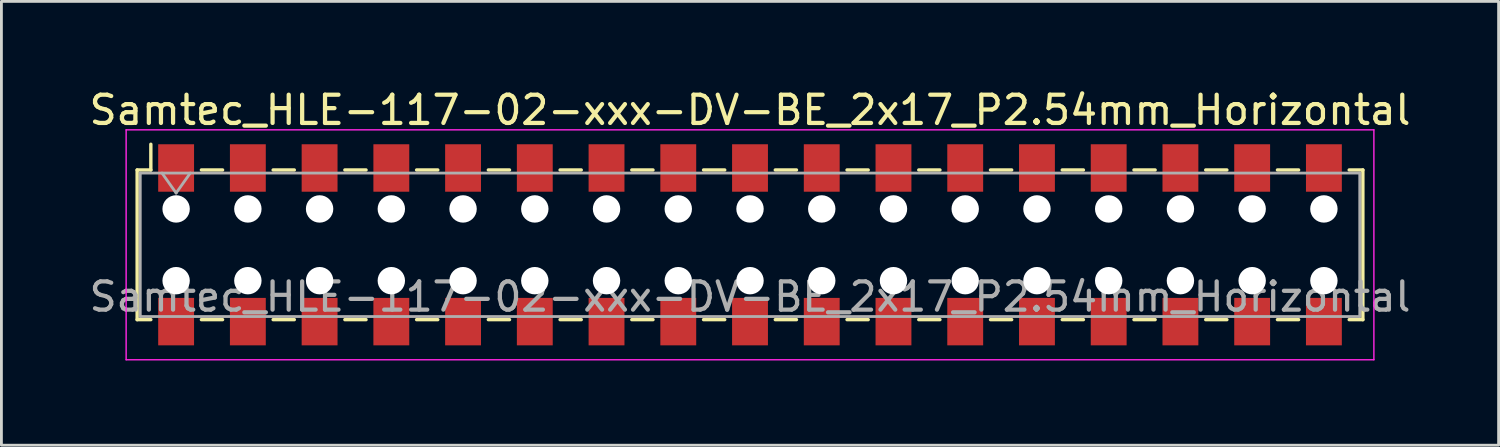
<source format=kicad_pcb>
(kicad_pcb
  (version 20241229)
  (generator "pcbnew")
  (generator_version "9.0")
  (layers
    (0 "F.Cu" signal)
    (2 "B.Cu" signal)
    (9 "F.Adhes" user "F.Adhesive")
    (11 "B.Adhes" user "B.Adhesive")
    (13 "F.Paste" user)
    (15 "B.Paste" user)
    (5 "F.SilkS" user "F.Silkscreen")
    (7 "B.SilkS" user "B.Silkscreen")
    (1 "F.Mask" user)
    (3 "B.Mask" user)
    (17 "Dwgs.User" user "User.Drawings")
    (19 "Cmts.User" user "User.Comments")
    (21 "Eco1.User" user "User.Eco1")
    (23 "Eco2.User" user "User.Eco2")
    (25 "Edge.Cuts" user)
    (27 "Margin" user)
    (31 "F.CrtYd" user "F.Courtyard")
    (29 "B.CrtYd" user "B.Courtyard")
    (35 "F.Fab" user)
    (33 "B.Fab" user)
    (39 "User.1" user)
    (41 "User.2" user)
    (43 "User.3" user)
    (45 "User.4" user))
  (footprint "Samtec_HLE-117-02-xxx-DV-BE_2x17_P2.54mm_Horizontal"
    (layer "F.Cu")
    (at 23.506 5.618)
    (property "Reference" "Samtec_HLE-117-02-xxx-DV-BE_2x17_P2.54mm_Horizontal" (at 0 -4.77 0) (layer "F.SilkS") (effects (font (size 1 1) (thickness 0.15))))
    (attr smd)
    (fp_line (start -21.7 -2.65) (end -21.7 2.65) (stroke (width 0.12) (type solid)) (layer "F.SilkS"))
    (fp_line (start -21.7 2.65) (end -21.215 2.65) (stroke (width 0.12) (type solid)) (layer "F.SilkS"))
    (fp_line (start -21.215 -3.56) (end -21.215 -2.65) (stroke (width 0.12) (type solid)) (layer "F.SilkS"))
    (fp_line (start -21.215 -2.65) (end -21.7 -2.65) (stroke (width 0.12) (type solid)) (layer "F.SilkS"))
    (fp_line (start -19.425 -2.65) (end -18.675 -2.65) (stroke (width 0.12) (type solid)) (layer "F.SilkS"))
    (fp_line (start -19.425 2.65) (end -18.675 2.65) (stroke (width 0.12) (type solid)) (layer "F.SilkS"))
    (fp_line (start -16.885 -2.65) (end -16.135 -2.65) (stroke (width 0.12) (type solid)) (layer "F.SilkS"))
    (fp_line (start -16.885 2.65) (end -16.135 2.65) (stroke (width 0.12) (type solid)) (layer "F.SilkS"))
    (fp_line (start -14.345 -2.65) (end -13.595 -2.65) (stroke (width 0.12) (type solid)) (layer "F.SilkS"))
    (fp_line (start -14.345 2.65) (end -13.595 2.65) (stroke (width 0.12) (type solid)) (layer "F.SilkS"))
    (fp_line (start -11.805 -2.65) (end -11.055 -2.65) (stroke (width 0.12) (type solid)) (layer "F.SilkS"))
    (fp_line (start -11.805 2.65) (end -11.055 2.65) (stroke (width 0.12) (type solid)) (layer "F.SilkS"))
    (fp_line (start -9.265 -2.65) (end -8.515 -2.65) (stroke (width 0.12) (type solid)) (layer "F.SilkS"))
    (fp_line (start -9.265 2.65) (end -8.515 2.65) (stroke (width 0.12) (type solid)) (layer "F.SilkS"))
    (fp_line (start -6.725 -2.65) (end -5.975 -2.65) (stroke (width 0.12) (type solid)) (layer "F.SilkS"))
    (fp_line (start -6.725 2.65) (end -5.975 2.65) (stroke (width 0.12) (type solid)) (layer "F.SilkS"))
    (fp_line (start -4.185 -2.65) (end -3.435 -2.65) (stroke (width 0.12) (type solid)) (layer "F.SilkS"))
    (fp_line (start -4.185 2.65) (end -3.435 2.65) (stroke (width 0.12) (type solid)) (layer "F.SilkS"))
    (fp_line (start -1.645 -2.65) (end -0.895 -2.65) (stroke (width 0.12) (type solid)) (layer "F.SilkS"))
    (fp_line (start -1.645 2.65) (end -0.895 2.65) (stroke (width 0.12) (type solid)) (layer "F.SilkS"))
    (fp_line (start 0.895 -2.65) (end 1.645 -2.65) (stroke (width 0.12) (type solid)) (layer "F.SilkS"))
    (fp_line (start 0.895 2.65) (end 1.645 2.65) (stroke (width 0.12) (type solid)) (layer "F.SilkS"))
    (fp_line (start 3.435 -2.65) (end 4.185 -2.65) (stroke (width 0.12) (type solid)) (layer "F.SilkS"))
    (fp_line (start 3.435 2.65) (end 4.185 2.65) (stroke (width 0.12) (type solid)) (layer "F.SilkS"))
    (fp_line (start 5.975 -2.65) (end 6.725 -2.65) (stroke (width 0.12) (type solid)) (layer "F.SilkS"))
    (fp_line (start 5.975 2.65) (end 6.725 2.65) (stroke (width 0.12) (type solid)) (layer "F.SilkS"))
    (fp_line (start 8.515 -2.65) (end 9.265 -2.65) (stroke (width 0.12) (type solid)) (layer "F.SilkS"))
    (fp_line (start 8.515 2.65) (end 9.265 2.65) (stroke (width 0.12) (type solid)) (layer "F.SilkS"))
    (fp_line (start 11.055 -2.65) (end 11.805 -2.65) (stroke (width 0.12) (type solid)) (layer "F.SilkS"))
    (fp_line (start 11.055 2.65) (end 11.805 2.65) (stroke (width 0.12) (type solid)) (layer "F.SilkS"))
    (fp_line (start 13.595 -2.65) (end 14.345 -2.65) (stroke (width 0.12) (type solid)) (layer "F.SilkS"))
    (fp_line (start 13.595 2.65) (end 14.345 2.65) (stroke (width 0.12) (type solid)) (layer "F.SilkS"))
    (fp_line (start 16.135 -2.65) (end 16.885 -2.65) (stroke (width 0.12) (type solid)) (layer "F.SilkS"))
    (fp_line (start 16.135 2.65) (end 16.885 2.65) (stroke (width 0.12) (type solid)) (layer "F.SilkS"))
    (fp_line (start 18.675 -2.65) (end 19.425 -2.65) (stroke (width 0.12) (type solid)) (layer "F.SilkS"))
    (fp_line (start 18.675 2.65) (end 19.425 2.65) (stroke (width 0.12) (type solid)) (layer "F.SilkS"))
    (fp_line (start 21.215 -2.65) (end 21.7 -2.65) (stroke (width 0.12) (type solid)) (layer "F.SilkS"))
    (fp_line (start 21.7 -2.65) (end 21.7 2.65) (stroke (width 0.12) (type solid)) (layer "F.SilkS"))
    (fp_line (start 21.7 2.65) (end 21.215 2.65) (stroke (width 0.12) (type solid)) (layer "F.SilkS"))
    (fp_line (start -22.09 -4.07) (end 22.09 -4.07) (stroke (width 0.05) (type solid)) (layer "F.CrtYd"))
    (fp_line (start -22.09 4.07) (end -22.09 -4.07) (stroke (width 0.05) (type solid)) (layer "F.CrtYd"))
    (fp_line (start 22.09 -4.07) (end 22.09 4.07) (stroke (width 0.05) (type solid)) (layer "F.CrtYd"))
    (fp_line (start 22.09 4.07) (end -22.09 4.07) (stroke (width 0.05) (type solid)) (layer "F.CrtYd"))
    (fp_line (start -21.59 -2.54) (end 21.59 -2.54) (stroke (width 0.1) (type solid)) (layer "F.Fab"))
    (fp_line (start -21.59 2.54) (end -21.59 -2.54) (stroke (width 0.1) (type solid)) (layer "F.Fab"))
    (fp_line (start -20.82 -2.54) (end -20.32 -1.833) (stroke (width 0.1) (type solid)) (layer "F.Fab"))
    (fp_line (start -20.32 -1.833) (end -19.82 -2.54) (stroke (width 0.1) (type solid)) (layer "F.Fab"))
    (fp_line (start 21.59 -2.54) (end 21.59 2.54) (stroke (width 0.1) (type solid)) (layer "F.Fab"))
    (fp_line (start 21.59 2.54) (end -21.59 2.54) (stroke (width 0.1) (type solid)) (layer "F.Fab"))
    (fp_text user "${REFERENCE}" (at 0 1.84 0) (layer "F.Fab") (effects (font (size 1 1) (thickness 0.15))))
    (pad "" np_thru_hole circle (at -20.32 -1.27) (size 0.97 0.97) (drill 0.97) (layers "*.Cu" "*.Mask"))
    (pad "" np_thru_hole circle (at -20.32 1.27) (size 0.97 0.97) (drill 0.97) (layers "*.Cu" "*.Mask"))
    (pad "" np_thru_hole circle (at -17.78 -1.27) (size 0.97 0.97) (drill 0.97) (layers "*.Cu" "*.Mask"))
    (pad "" np_thru_hole circle (at -17.78 1.27) (size 0.97 0.97) (drill 0.97) (layers "*.Cu" "*.Mask"))
    (pad "" np_thru_hole circle (at -15.24 -1.27) (size 0.97 0.97) (drill 0.97) (layers "*.Cu" "*.Mask"))
    (pad "" np_thru_hole circle (at -15.24 1.27) (size 0.97 0.97) (drill 0.97) (layers "*.Cu" "*.Mask"))
    (pad "" np_thru_hole circle (at -12.7 -1.27) (size 0.97 0.97) (drill 0.97) (layers "*.Cu" "*.Mask"))
    (pad "" np_thru_hole circle (at -12.7 1.27) (size 0.97 0.97) (drill 0.97) (layers "*.Cu" "*.Mask"))
    (pad "" np_thru_hole circle (at -10.16 -1.27) (size 0.97 0.97) (drill 0.97) (layers "*.Cu" "*.Mask"))
    (pad "" np_thru_hole circle (at -10.16 1.27) (size 0.97 0.97) (drill 0.97) (layers "*.Cu" "*.Mask"))
    (pad "" np_thru_hole circle (at -7.62 -1.27) (size 0.97 0.97) (drill 0.97) (layers "*.Cu" "*.Mask"))
    (pad "" np_thru_hole circle (at -7.62 1.27) (size 0.97 0.97) (drill 0.97) (layers "*.Cu" "*.Mask"))
    (pad "" np_thru_hole circle (at -5.08 -1.27) (size 0.97 0.97) (drill 0.97) (layers "*.Cu" "*.Mask"))
    (pad "" np_thru_hole circle (at -5.08 1.27) (size 0.97 0.97) (drill 0.97) (layers "*.Cu" "*.Mask"))
    (pad "" np_thru_hole circle (at -2.54 -1.27) (size 0.97 0.97) (drill 0.97) (layers "*.Cu" "*.Mask"))
    (pad "" np_thru_hole circle (at -2.54 1.27) (size 0.97 0.97) (drill 0.97) (layers "*.Cu" "*.Mask"))
    (pad "" np_thru_hole circle (at 0 -1.27) (size 0.97 0.97) (drill 0.97) (layers "*.Cu" "*.Mask"))
    (pad "" np_thru_hole circle (at 0 1.27) (size 0.97 0.97) (drill 0.97) (layers "*.Cu" "*.Mask"))
    (pad "" np_thru_hole circle (at 2.54 -1.27) (size 0.97 0.97) (drill 0.97) (layers "*.Cu" "*.Mask"))
    (pad "" np_thru_hole circle (at 2.54 1.27) (size 0.97 0.97) (drill 0.97) (layers "*.Cu" "*.Mask"))
    (pad "" np_thru_hole circle (at 5.08 -1.27) (size 0.97 0.97) (drill 0.97) (layers "*.Cu" "*.Mask"))
    (pad "" np_thru_hole circle (at 5.08 1.27) (size 0.97 0.97) (drill 0.97) (layers "*.Cu" "*.Mask"))
    (pad "" np_thru_hole circle (at 7.62 -1.27) (size 0.97 0.97) (drill 0.97) (layers "*.Cu" "*.Mask"))
    (pad "" np_thru_hole circle (at 7.62 1.27) (size 0.97 0.97) (drill 0.97) (layers "*.Cu" "*.Mask"))
    (pad "" np_thru_hole circle (at 10.16 -1.27) (size 0.97 0.97) (drill 0.97) (layers "*.Cu" "*.Mask"))
    (pad "" np_thru_hole circle (at 10.16 1.27) (size 0.97 0.97) (drill 0.97) (layers "*.Cu" "*.Mask"))
    (pad "" np_thru_hole circle (at 12.7 -1.27) (size 0.97 0.97) (drill 0.97) (layers "*.Cu" "*.Mask"))
    (pad "" np_thru_hole circle (at 12.7 1.27) (size 0.97 0.97) (drill 0.97) (layers "*.Cu" "*.Mask"))
    (pad "" np_thru_hole circle (at 15.24 -1.27) (size 0.97 0.97) (drill 0.97) (layers "*.Cu" "*.Mask"))
    (pad "" np_thru_hole circle (at 15.24 1.27) (size 0.97 0.97) (drill 0.97) (layers "*.Cu" "*.Mask"))
    (pad "" np_thru_hole circle (at 17.78 -1.27) (size 0.97 0.97) (drill 0.97) (layers "*.Cu" "*.Mask"))
    (pad "" np_thru_hole circle (at 17.78 1.27) (size 0.97 0.97) (drill 0.97) (layers "*.Cu" "*.Mask"))
    (pad "" np_thru_hole circle (at 20.32 -1.27) (size 0.97 0.97) (drill 0.97) (layers "*.Cu" "*.Mask"))
    (pad "" np_thru_hole circle (at 20.32 1.27) (size 0.97 0.97) (drill 0.97) (layers "*.Cu" "*.Mask"))
    (pad "1" smd rect (at -20.32 -2.72) (size 1.27 1.68) (layers "F.Cu" "F.Mask" "F.Paste"))
    (pad "2" smd rect (at -20.32 2.72) (size 1.27 1.68) (layers "F.Cu" "F.Mask" "F.Paste"))
    (pad "3" smd rect (at -17.78 -2.72) (size 1.27 1.68) (layers "F.Cu" "F.Mask" "F.Paste"))
    (pad "4" smd rect (at -17.78 2.72) (size 1.27 1.68) (layers "F.Cu" "F.Mask" "F.Paste"))
    (pad "5" smd rect (at -15.24 -2.72) (size 1.27 1.68) (layers "F.Cu" "F.Mask" "F.Paste"))
    (pad "6" smd rect (at -15.24 2.72) (size 1.27 1.68) (layers "F.Cu" "F.Mask" "F.Paste"))
    (pad "7" smd rect (at -12.7 -2.72) (size 1.27 1.68) (layers "F.Cu" "F.Mask" "F.Paste"))
    (pad "8" smd rect (at -12.7 2.72) (size 1.27 1.68) (layers "F.Cu" "F.Mask" "F.Paste"))
    (pad "9" smd rect (at -10.16 -2.72) (size 1.27 1.68) (layers "F.Cu" "F.Mask" "F.Paste"))
    (pad "10" smd rect (at -10.16 2.72) (size 1.27 1.68) (layers "F.Cu" "F.Mask" "F.Paste"))
    (pad "11" smd rect (at -7.62 -2.72) (size 1.27 1.68) (layers "F.Cu" "F.Mask" "F.Paste"))
    (pad "12" smd rect (at -7.62 2.72) (size 1.27 1.68) (layers "F.Cu" "F.Mask" "F.Paste"))
    (pad "13" smd rect (at -5.08 -2.72) (size 1.27 1.68) (layers "F.Cu" "F.Mask" "F.Paste"))
    (pad "14" smd rect (at -5.08 2.72) (size 1.27 1.68) (layers "F.Cu" "F.Mask" "F.Paste"))
    (pad "15" smd rect (at -2.54 -2.72) (size 1.27 1.68) (layers "F.Cu" "F.Mask" "F.Paste"))
    (pad "16" smd rect (at -2.54 2.72) (size 1.27 1.68) (layers "F.Cu" "F.Mask" "F.Paste"))
    (pad "17" smd rect (at 0 -2.72) (size 1.27 1.68) (layers "F.Cu" "F.Mask" "F.Paste"))
    (pad "18" smd rect (at 0 2.72) (size 1.27 1.68) (layers "F.Cu" "F.Mask" "F.Paste"))
    (pad "19" smd rect (at 2.54 -2.72) (size 1.27 1.68) (layers "F.Cu" "F.Mask" "F.Paste"))
    (pad "20" smd rect (at 2.54 2.72) (size 1.27 1.68) (layers "F.Cu" "F.Mask" "F.Paste"))
    (pad "21" smd rect (at 5.08 -2.72) (size 1.27 1.68) (layers "F.Cu" "F.Mask" "F.Paste"))
    (pad "22" smd rect (at 5.08 2.72) (size 1.27 1.68) (layers "F.Cu" "F.Mask" "F.Paste"))
    (pad "23" smd rect (at 7.62 -2.72) (size 1.27 1.68) (layers "F.Cu" "F.Mask" "F.Paste"))
    (pad "24" smd rect (at 7.62 2.72) (size 1.27 1.68) (layers "F.Cu" "F.Mask" "F.Paste"))
    (pad "25" smd rect (at 10.16 -2.72) (size 1.27 1.68) (layers "F.Cu" "F.Mask" "F.Paste"))
    (pad "26" smd rect (at 10.16 2.72) (size 1.27 1.68) (layers "F.Cu" "F.Mask" "F.Paste"))
    (pad "27" smd rect (at 12.7 -2.72) (size 1.27 1.68) (layers "F.Cu" "F.Mask" "F.Paste"))
    (pad "28" smd rect (at 12.7 2.72) (size 1.27 1.68) (layers "F.Cu" "F.Mask" "F.Paste"))
    (pad "29" smd rect (at 15.24 -2.72) (size 1.27 1.68) (layers "F.Cu" "F.Mask" "F.Paste"))
    (pad "30" smd rect (at 15.24 2.72) (size 1.27 1.68) (layers "F.Cu" "F.Mask" "F.Paste"))
    (pad "31" smd rect (at 17.78 -2.72) (size 1.27 1.68) (layers "F.Cu" "F.Mask" "F.Paste"))
    (pad "32" smd rect (at 17.78 2.72) (size 1.27 1.68) (layers "F.Cu" "F.Mask" "F.Paste"))
    (pad "33" smd rect (at 20.32 -2.72) (size 1.27 1.68) (layers "F.Cu" "F.Mask" "F.Paste"))
    (pad "34" smd rect (at 20.32 2.72) (size 1.27 1.68) (layers "F.Cu" "F.Mask" "F.Paste")))
  (gr_rect
    (start -3 -3)
    (end 50.012 12.713)
    (stroke (width 0.1) (type default))
    (fill no)
    (layer "Edge.Cuts")))
</source>
